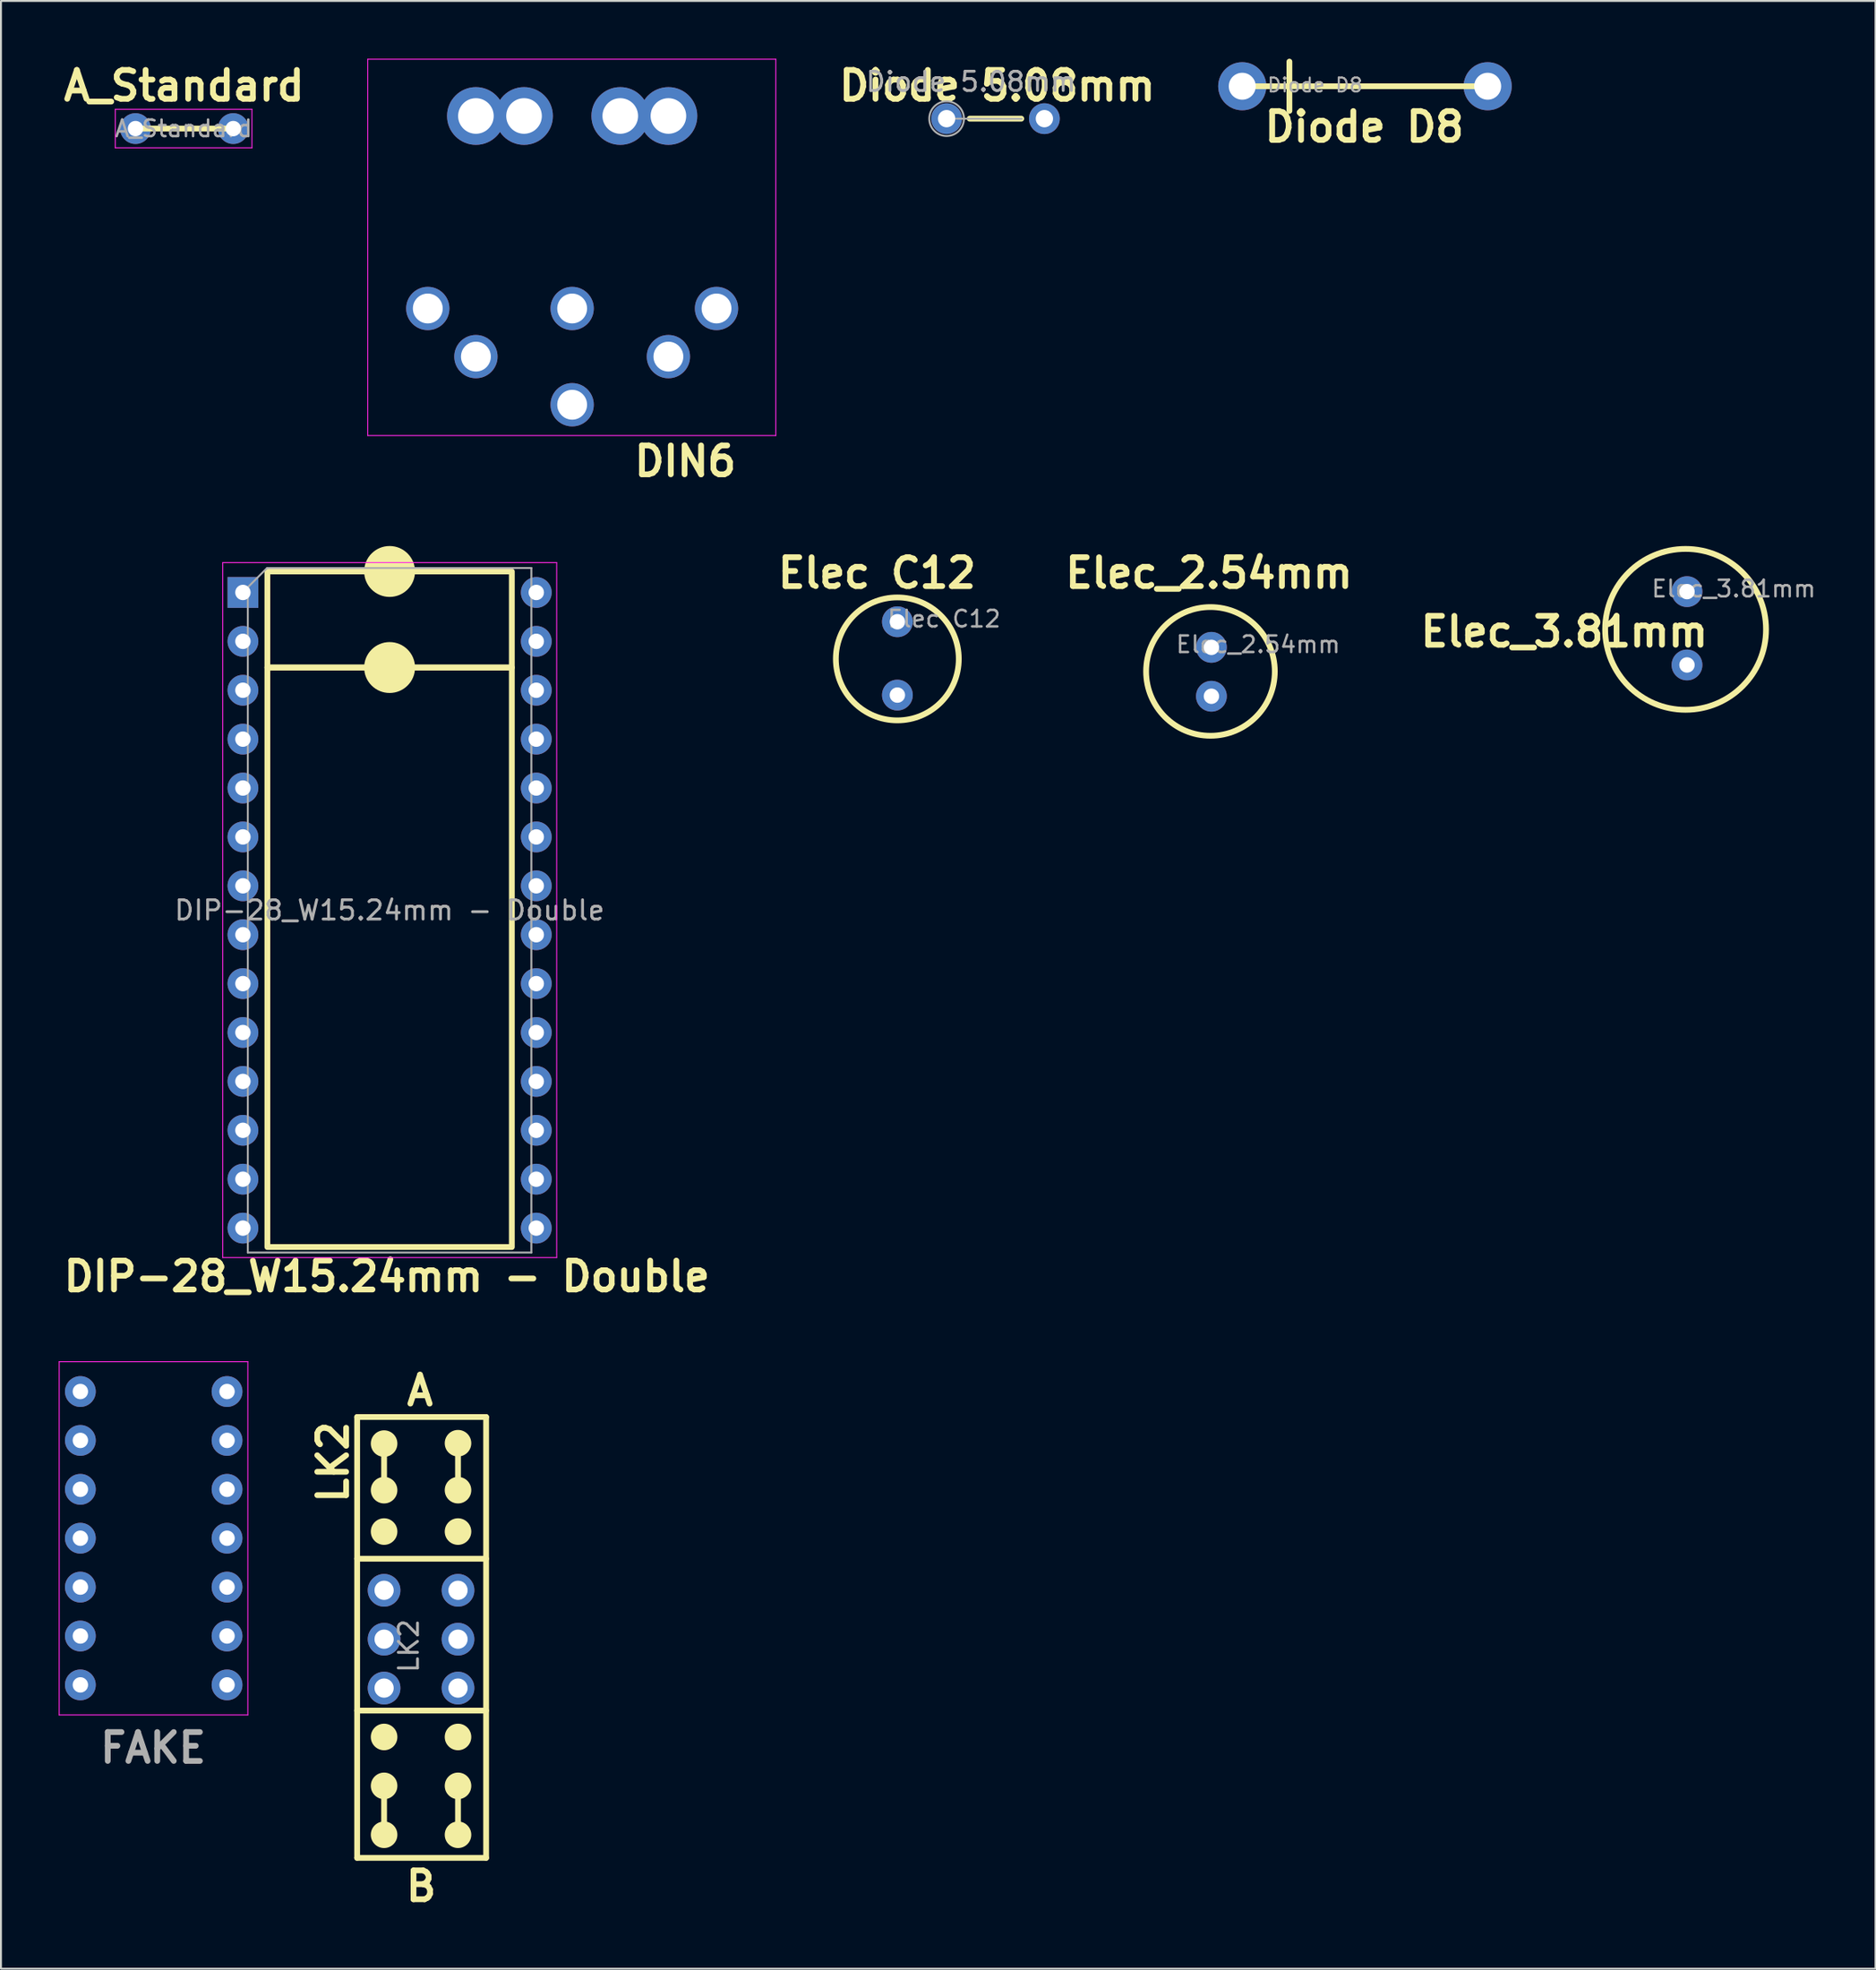
<source format=kicad_pcb>
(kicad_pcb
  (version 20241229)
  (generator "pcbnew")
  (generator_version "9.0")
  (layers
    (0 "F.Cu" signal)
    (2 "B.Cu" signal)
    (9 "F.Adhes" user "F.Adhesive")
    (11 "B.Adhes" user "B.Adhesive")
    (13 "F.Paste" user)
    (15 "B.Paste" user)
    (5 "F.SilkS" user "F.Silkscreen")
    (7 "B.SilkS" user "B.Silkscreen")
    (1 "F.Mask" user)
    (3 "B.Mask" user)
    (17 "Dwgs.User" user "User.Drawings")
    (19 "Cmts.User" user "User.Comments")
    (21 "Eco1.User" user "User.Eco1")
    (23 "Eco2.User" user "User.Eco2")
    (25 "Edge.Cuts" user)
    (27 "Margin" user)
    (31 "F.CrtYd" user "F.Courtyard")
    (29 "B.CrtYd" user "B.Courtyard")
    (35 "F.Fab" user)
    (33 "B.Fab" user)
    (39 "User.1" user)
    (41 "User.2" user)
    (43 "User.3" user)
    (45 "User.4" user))
  (footprint "Elec_3.81mm"
    (layer "F.Cu")
    (at 84.598 27.693)
    (property "Reference" "Elec_3.81mm" (at -6.38 2.07 0) (layer "F.SilkS") (effects (font (size 1.5 1.5) (thickness 0.3) (bold yes))))
    (attr through_hole)
    (fp_circle (center -0.08 1.95) (end 2.875 4.905) (stroke (width 0.3) (type default)) (fill no) (layer "F.SilkS"))
    (fp_text user "${REFERENCE}" (at 2.42 -0.16 0) (layer "F.Fab") (effects (font (size 0.86 0.86) (thickness 0.129))))
    (pad "1" thru_hole circle (at -0.007 -0.01) (size 1.6 1.6) (drill 0.8) (layers "*.Cu" "*.Mask"))
    (pad "2" thru_hole circle (at -0.007 3.8) (size 1.6 1.6) (drill 0.8) (layers "*.Cu" "*.Mask")))
  (footprint "DIP-28_W15.24mm - Double"
    (layer "F.Cu")
    (at 9.54 27.686)
    (property "Reference" "DIP-28_W15.24mm - Double" (at 7.51 35.57 0) (layer "F.SilkS") (effects (font (size 1.5 1.5) (thickness 0.3) (bold yes))))
    (attr through_hole)
    (fp_rect (start 1.3 -1.05) (end 14 3.94) (stroke (width 0.3) (type default)) (fill no) (layer "F.SilkS"))
    (fp_rect (start 1.3 3.94) (end 14 34.043) (stroke (width 0.3) (type default)) (fill no) (layer "F.SilkS"))
    (fp_circle (center 7.65 -1.05) (end 8.822 -1.05) (stroke (width 0.3) (type solid)) (fill yes) (layer "F.SilkS"))
    (fp_circle (center 7.65 3.94) (end 8.822 3.94) (stroke (width 0.3) (type solid)) (fill yes) (layer "F.SilkS"))
    (fp_line (start -1.02 -1.51) (end -1.02 34.59) (stroke (width 0.05) (type solid)) (layer "F.CrtYd"))
    (fp_line (start -1.02 34.59) (end 16.33 34.59) (stroke (width 0.05) (type solid)) (layer "F.CrtYd"))
    (fp_line (start 16.33 -1.51) (end -1.02 -1.51) (stroke (width 0.05) (type solid)) (layer "F.CrtYd"))
    (fp_line (start 16.33 34.59) (end 16.33 -1.51) (stroke (width 0.05) (type solid)) (layer "F.CrtYd"))
    (fp_line (start 0.285 -0.23) (end 1.285 -1.23) (stroke (width 0.1) (type solid)) (layer "F.Fab"))
    (fp_line (start 0.285 34.33) (end 0.285 -0.23) (stroke (width 0.1) (type solid)) (layer "F.Fab"))
    (fp_line (start 1.285 -1.23) (end 15.015 -1.23) (stroke (width 0.1) (type solid)) (layer "F.Fab"))
    (fp_line (start 15.015 -1.23) (end 15.015 34.33) (stroke (width 0.1) (type solid)) (layer "F.Fab"))
    (fp_line (start 15.015 34.33) (end 0.285 34.33) (stroke (width 0.1) (type solid)) (layer "F.Fab"))
    (fp_text user "${REFERENCE}" (at 7.65 16.55 0) (layer "F.Fab") (effects (font (size 1 1) (thickness 0.15))))
    (pad "1" thru_hole rect (at 0.03 0.04) (size 1.6 1.6) (drill 0.8) (layers "*.Cu" "*.Mask"))
    (pad "2" thru_hole oval (at 0.03 2.58) (size 1.6 1.6) (drill 0.8) (layers "*.Cu" "*.Mask"))
    (pad "3" thru_hole oval (at 0.03 5.12) (size 1.6 1.6) (drill 0.8) (layers "*.Cu" "*.Mask"))
    (pad "4" thru_hole oval (at 0.03 7.66) (size 1.6 1.6) (drill 0.8) (layers "*.Cu" "*.Mask"))
    (pad "5" thru_hole oval (at 0.03 10.2) (size 1.6 1.6) (drill 0.8) (layers "*.Cu" "*.Mask"))
    (pad "6" thru_hole oval (at 0.03 12.74) (size 1.6 1.6) (drill 0.8) (layers "*.Cu" "*.Mask"))
    (pad "7" thru_hole oval (at 0.03 15.28) (size 1.6 1.6) (drill 0.8) (layers "*.Cu" "*.Mask"))
    (pad "8" thru_hole oval (at 0.03 17.82) (size 1.6 1.6) (drill 0.8) (layers "*.Cu" "*.Mask"))
    (pad "9" thru_hole oval (at 0.03 20.36) (size 1.6 1.6) (drill 0.8) (layers "*.Cu" "*.Mask"))
    (pad "10" thru_hole oval (at 0.03 22.9) (size 1.6 1.6) (drill 0.8) (layers "*.Cu" "*.Mask"))
    (pad "11" thru_hole oval (at 0.03 25.44) (size 1.6 1.6) (drill 0.8) (layers "*.Cu" "*.Mask"))
    (pad "12" thru_hole oval (at 0.03 27.98) (size 1.6 1.6) (drill 0.8) (layers "*.Cu" "*.Mask"))
    (pad "13" thru_hole oval (at 0.03 30.52) (size 1.6 1.6) (drill 0.8) (layers "*.Cu" "*.Mask"))
    (pad "14" thru_hole oval (at 0.03 33.06) (size 1.6 1.6) (drill 0.8) (layers "*.Cu" "*.Mask"))
    (pad "15" thru_hole oval (at 15.27 33.06) (size 1.6 1.6) (drill 0.8) (layers "*.Cu" "*.Mask"))
    (pad "16" thru_hole oval (at 15.27 30.52) (size 1.6 1.6) (drill 0.8) (layers "*.Cu" "*.Mask"))
    (pad "17" thru_hole oval (at 15.27 27.98) (size 1.6 1.6) (drill 0.8) (layers "*.Cu" "*.Mask"))
    (pad "18" thru_hole oval (at 15.27 25.44) (size 1.6 1.6) (drill 0.8) (layers "*.Cu" "*.Mask"))
    (pad "19" thru_hole oval (at 15.27 22.9) (size 1.6 1.6) (drill 0.8) (layers "*.Cu" "*.Mask"))
    (pad "20" thru_hole oval (at 15.27 20.36) (size 1.6 1.6) (drill 0.8) (layers "*.Cu" "*.Mask"))
    (pad "21" thru_hole oval (at 15.27 17.82) (size 1.6 1.6) (drill 0.8) (layers "*.Cu" "*.Mask"))
    (pad "22" thru_hole oval (at 15.27 15.28) (size 1.6 1.6) (drill 0.8) (layers "*.Cu" "*.Mask"))
    (pad "23" thru_hole oval (at 15.27 12.74) (size 1.6 1.6) (drill 0.8) (layers "*.Cu" "*.Mask"))
    (pad "24" thru_hole oval (at 15.27 10.2) (size 1.6 1.6) (drill 0.8) (layers "*.Cu" "*.Mask"))
    (pad "25" thru_hole oval (at 15.27 7.66) (size 1.6 1.6) (drill 0.8) (layers "*.Cu" "*.Mask"))
    (pad "26" thru_hole oval (at 15.27 5.12) (size 1.6 1.6) (drill 0.8) (layers "*.Cu" "*.Mask"))
    (pad "27" thru_hole oval (at 15.27 2.58) (size 1.6 1.6) (drill 0.8) (layers "*.Cu" "*.Mask"))
    (pad "28" thru_hole oval (at 15.27 0.04) (size 1.6 1.6) (drill 0.8) (layers "*.Cu" "*.Mask")))
  (footprint "DIN6"
    (layer "F.Cu")
    (at 19.174 12.975)
    (property "Reference" "DIN6" (at 16.18 7.935 180) (layer "F.SilkS") (effects (font (size 1.5 1.5) (thickness 0.3) (bold yes)) (justify right)))
    (attr through_hole)
    (fp_line (start -3.12 -12.95) (end -3.12 6.6) (stroke (width 0.05) (type solid)) (layer "F.CrtYd"))
    (fp_line (start -3.12 6.6) (end 18.08 6.6) (stroke (width 0.05) (type solid)) (layer "F.CrtYd"))
    (fp_line (start 18.08 -12.95) (end -3.12 -12.95) (stroke (width 0.05) (type solid)) (layer "F.CrtYd"))
    (fp_line (start 18.08 6.6) (end 18.08 -12.95) (stroke (width 0.05) (type solid)) (layer "F.CrtYd"))
    (pad "1" thru_hole circle (at 0 0 180) (size 2.25 2.25) (drill 1.55) (layers "*.Cu" "*.Mask"))
    (pad "2" thru_hole circle (at 2.5 2.5 180) (size 2.25 2.25) (drill 1.55) (layers "*.Cu" "*.Mask"))
    (pad "3" thru_hole circle (at 7.5 0 180) (size 2.25 2.25) (drill 1.55) (layers "*.Cu" "*.Mask"))
    (pad "4" thru_hole circle (at 12.5 2.5 180) (size 2.25 2.25) (drill 1.55) (layers "*.Cu" "*.Mask"))
    (pad "5" thru_hole circle (at 15 0 180) (size 2.25 2.25) (drill 1.55) (layers "*.Cu" "*.Mask"))
    (pad "6" thru_hole circle (at 7.5 5 180) (size 2.25 2.25) (drill 1.55) (layers "*.Cu" "*.Mask"))
    (pad "S" thru_hole circle (at 2.5 -10 180) (size 3 3) (drill 1.85) (layers "*.Cu" "*.Mask"))
    (pad "S" thru_hole circle (at 5 -10 180) (size 3 3) (drill 1.85) (layers "*.Cu" "*.Mask"))
    (pad "S" thru_hole circle (at 10 -10 180) (size 3 3) (drill 1.85) (layers "*.Cu" "*.Mask"))
    (pad "S" thru_hole circle (at 12.5 -10 180) (size 3 3) (drill 1.85) (layers "*.Cu" "*.Mask")))
  (footprint "FAKE"
    (layer "F.Cu")
    (at 1.115 69.235)
    (property "Reference" "FAKE" (at 3.79 18.51 0) (layer "F.Fab") (effects (font (size 1.5 1.5) (thickness 0.3) (bold yes))))
    (attr through_hole)
    (fp_line (start -1.09 -1.55) (end -1.09 16.8) (stroke (width 0.05) (type solid)) (layer "F.CrtYd"))
    (fp_line (start -1.09 16.8) (end 8.71 16.8) (stroke (width 0.05) (type solid)) (layer "F.CrtYd"))
    (fp_line (start 8.71 -1.55) (end -1.09 -1.55) (stroke (width 0.05) (type solid)) (layer "F.CrtYd"))
    (fp_line (start 8.71 16.8) (end 8.71 -1.55) (stroke (width 0.05) (type solid)) (layer "F.CrtYd"))
    (pad "1" thru_hole circle (at 0.01 0) (size 1.6 1.6) (drill 0.8) (layers "*.Cu" "*.Mask"))
    (pad "2" thru_hole oval (at 0.01 2.54) (size 1.6 1.6) (drill 0.8) (layers "*.Cu" "*.Mask"))
    (pad "3" thru_hole oval (at 0.01 5.08) (size 1.6 1.6) (drill 0.8) (layers "*.Cu" "*.Mask"))
    (pad "4" thru_hole oval (at 0.01 7.62) (size 1.6 1.6) (drill 0.8) (layers "*.Cu" "*.Mask"))
    (pad "5" thru_hole oval (at 0.01 10.16) (size 1.6 1.6) (drill 0.8) (layers "*.Cu" "*.Mask"))
    (pad "6" thru_hole oval (at 0.01 12.7) (size 1.6 1.6) (drill 0.8) (layers "*.Cu" "*.Mask"))
    (pad "7" thru_hole oval (at 0.01 15.24) (size 1.6 1.6) (drill 0.8) (layers "*.Cu" "*.Mask"))
    (pad "8" thru_hole oval (at 7.63 15.24) (size 1.6 1.6) (drill 0.8) (layers "*.Cu" "*.Mask"))
    (pad "9" thru_hole oval (at 7.63 12.7) (size 1.6 1.6) (drill 0.8) (layers "*.Cu" "*.Mask"))
    (pad "10" thru_hole oval (at 7.63 10.16) (size 1.6 1.6) (drill 0.8) (layers "*.Cu" "*.Mask"))
    (pad "11" thru_hole oval (at 7.63 7.62) (size 1.6 1.6) (drill 0.8) (layers "*.Cu" "*.Mask"))
    (pad "12" thru_hole oval (at 7.63 5.08) (size 1.6 1.6) (drill 0.8) (layers "*.Cu" "*.Mask"))
    (pad "13" thru_hole oval (at 7.63 2.54) (size 1.6 1.6) (drill 0.8) (layers "*.Cu" "*.Mask"))
    (pad "14" thru_hole oval (at 7.63 0) (size 1.6 1.6) (drill 0.8) (layers "*.Cu" "*.Mask")))
  (footprint "Diode 5.08mm"
    (layer "F.Cu")
    (at 46.127 3.114)
    (property "Reference" "Diode 5.08mm" (at 2.63 -1.71 0) (layer "F.SilkS") (effects (font (size 1.5 1.5) (thickness 0.3) (bold yes))))
    (attr through_hole)
    (fp_line (start 1.2 0) (end 3.88 0) (stroke (width 0.3) (type default)) (layer "F.SilkS"))
    (fp_line (start 0.3 0) (end 3.9 0.01) (stroke (width 0.1) (type solid)) (layer "F.Fab"))
    (fp_circle (center 0 0) (end 0.9 0) (stroke (width 0.1) (type solid)) (fill no) (layer "F.Fab"))
    (fp_text user "${REFERENCE}" (at 1.27 -1.92 0) (layer "F.Fab") (effects (font (size 1 1) (thickness 0.15))))
    (pad "1" thru_hole circle (at 0 0) (size 1.6 1.6) (drill 0.9) (layers "*.Cu" "*.Mask"))
    (pad "2" thru_hole oval (at 5.08 0) (size 1.6 1.6) (drill 0.9) (layers "*.Cu" "*.Mask")))
  (footprint "Elec_2.54mm"
    (layer "F.Cu")
    (at 59.811 30.428)
    (property "Reference" "Elec_2.54mm" (at -0.05 -3.71 0) (layer "F.SilkS") (effects (font (size 1.5 1.5) (thickness 0.3) (bold yes))))
    (attr through_hole)
    (fp_circle (center 0.023 1.4) (end 2.913 3.08) (stroke (width 0.3) (type default)) (fill no) (layer "F.SilkS"))
    (fp_text user "${REFERENCE}" (at 2.5 0 0) (layer "F.Fab") (effects (font (size 0.86 0.86) (thickness 0.129))))
    (pad "1" thru_hole circle (at 0.073 0.15) (size 1.6 1.6) (drill 0.8) (layers "*.Cu" "*.Mask"))
    (pad "2" thru_hole circle (at 0.073 2.69) (size 1.6 1.6) (drill 0.8) (layers "*.Cu" "*.Mask")))
  (footprint "Diode D8"
    (layer "F.Cu")
    (at 61.456 1.37)
    (property "Reference" "Diode D8" (at 6.37 2.17 180) (layer "F.SilkS") (effects (font (size 1.5 1.5) (thickness 0.3) (bold yes))))
    (attr through_hole)
    (fp_line (start 0.03 0.06) (end 12.78 0.06) (stroke (width 0.3) (type default)) (layer "F.SilkS"))
    (fp_line (start 2.48 0.06) (end 2.48 -1.22) (stroke (width 0.3) (type default)) (layer "F.SilkS"))
    (fp_line (start 2.48 1.34) (end 2.48 0.06) (stroke (width 0.3) (type default)) (layer "F.SilkS"))
    (fp_text user "${REFERENCE}" (at 3.81 0 180) (layer "F.Fab") (effects (font (size 0.72 0.72) (thickness 0.108))))
    (pad "1" thru_hole circle (at 0.03 0.06) (size 2.5 2.5) (drill 1.4) (layers "*.Cu" "*.Mask"))
    (pad "2" thru_hole circle (at 12.78 0.06) (size 2.5 2.5) (drill 1.4) (layers "*.Cu" "*.Mask")))
  (footprint "A_Standard"
    (layer "F.Cu")
    (at 3.989 3.629)
    (property "Reference" "A_Standard" (at 2.525 -2.225 0) (layer "F.SilkS") (effects (font (size 1.5 1.5) (thickness 0.3) (bold yes))))
    (attr through_hole)
    (fp_line (start 5.06 0) (end 0 0) (stroke (width 0.3) (type default)) (layer "F.SilkS"))
    (fp_line (start -1.05 -1) (end -1.05 1) (stroke (width 0.05) (type solid)) (layer "F.CrtYd"))
    (fp_line (start -1.05 1) (end 6.05 1) (stroke (width 0.05) (type solid)) (layer "F.CrtYd"))
    (fp_line (start 6.05 -1) (end -1.05 -1) (stroke (width 0.05) (type solid)) (layer "F.CrtYd"))
    (fp_line (start 6.05 1) (end 6.05 -1) (stroke (width 0.05) (type solid)) (layer "F.CrtYd"))
    (fp_text user "${REFERENCE}" (at 2.5 0 0) (layer "F.Fab") (effects (font (size 0.86 0.86) (thickness 0.129))))
    (pad "1" thru_hole circle (at 0 0) (size 1.6 1.6) (drill 0.8) (layers "*.Cu" "*.Mask"))
    (pad "2" thru_hole circle (at 5.08 0) (size 1.6 1.6) (drill 0.8) (layers "*.Cu" "*.Mask")))
  (footprint "LK2"
    (layer "F.Cu")
    (at 16.904 79.56)
    (property "Reference" "LK2" (at -2.65 -8.925 270) (layer "F.SilkS") (effects (font (size 1.5 1.5) (thickness 0.3) (bold yes)) (justify right)))
    (attr through_hole)
    (fp_line (start -1.4 -9) (end -1.4 13.9) (stroke (width 0.3) (type solid)) (layer "F.SilkS"))
    (fp_line (start -1.4 -9) (end 5.3 -9) (stroke (width 0.3) (type solid)) (layer "F.SilkS"))
    (fp_line (start -1.4 -1.64) (end 5.3 -1.64) (stroke (width 0.3) (type solid)) (layer "F.SilkS"))
    (fp_line (start -1.4 6.25) (end 5.3 6.25) (stroke (width 0.3) (type solid)) (layer "F.SilkS"))
    (fp_line (start -1.4 13.9) (end 5.3 13.9) (stroke (width 0.3) (type solid)) (layer "F.SilkS"))
    (fp_line (start 0 -7.67) (end 0 -5.13) (stroke (width 0.3) (type default)) (layer "F.SilkS"))
    (fp_line (start 0 10.155) (end 0 12.695) (stroke (width 0.3) (type default)) (layer "F.SilkS"))
    (fp_line (start 3.84 -7.72) (end 3.84 -5.18) (stroke (width 0.3) (type default)) (layer "F.SilkS"))
    (fp_line (start 3.84 10.16) (end 3.84 12.7) (stroke (width 0.3) (type default)) (layer "F.SilkS"))
    (fp_line (start 5.3 -9) (end 5.3 13.9) (stroke (width 0.3) (type solid)) (layer "F.SilkS"))
    (fp_circle (center 0 -7.62) (end 0.64 -7.62) (stroke (width 0.1) (type solid)) (fill yes) (layer "F.SilkS"))
    (fp_circle (center 0 -5.2) (end 0.64 -5.2) (stroke (width 0.1) (type solid)) (fill yes) (layer "F.SilkS"))
    (fp_circle (center 0 -3.05) (end 0.64 -3.05) (stroke (width 0.1) (type solid)) (fill yes) (layer "F.SilkS"))
    (fp_circle (center 0 7.62) (end 0.64 7.62) (stroke (width 0.1) (type solid)) (fill yes) (layer "F.SilkS"))
    (fp_circle (center 0 10.16) (end 0.64 10.16) (stroke (width 0.1) (type solid)) (fill yes) (layer "F.SilkS"))
    (fp_circle (center 0 12.7) (end 0.64 12.7) (stroke (width 0.1) (type solid)) (fill yes) (layer "F.SilkS"))
    (fp_circle (center 3.84 -7.64) (end 4.48 -7.64) (stroke (width 0.1) (type solid)) (fill yes) (layer "F.SilkS"))
    (fp_circle (center 3.84 -5.2) (end 4.48 -5.2) (stroke (width 0.1) (type solid)) (fill yes) (layer "F.SilkS"))
    (fp_circle (center 3.84 -3.05) (end 4.48 -3.05) (stroke (width 0.1) (type solid)) (fill yes) (layer "F.SilkS"))
    (fp_circle (center 3.84 7.62) (end 4.48 7.62) (stroke (width 0.1) (type solid)) (fill yes) (layer "F.SilkS"))
    (fp_circle (center 3.84 10.16) (end 4.48 10.16) (stroke (width 0.1) (type solid)) (fill yes) (layer "F.SilkS"))
    (fp_circle (center 3.84 12.7) (end 4.48 12.7) (stroke (width 0.1) (type solid)) (fill yes) (layer "F.SilkS"))
    (fp_text user "A" (at 1.025 -9.5 0) (unlocked yes) (layer "F.SilkS") (effects (font (size 1.5 1.5) (thickness 0.3) (bold yes)) (justify left bottom)))
    (fp_text user "B" (at 0.975 16.25 0) (unlocked yes) (layer "F.SilkS") (effects (font (size 1.5 1.5) (thickness 0.3) (bold yes)) (justify left bottom)))
    (fp_text user "${REFERENCE}" (at 1.28 2.89 90) (layer "F.Fab") (effects (font (size 1 1) (thickness 0.15))))
    (pad "1" thru_hole circle (at 0 0) (size 1.7 1.7) (drill 1) (layers "*.Cu" "*.Mask"))
    (pad "2" thru_hole oval (at 0 2.54) (size 1.7 1.7) (drill 1) (layers "*.Cu" "*.Mask"))
    (pad "3" thru_hole oval (at 0 5.08) (size 1.7 1.7) (drill 1) (layers "*.Cu" "*.Mask"))
    (pad "4" thru_hole oval (at 3.84 0) (size 1.7 1.7) (drill 1) (layers "*.Cu" "*.Mask"))
    (pad "5" thru_hole oval (at 3.84 2.54) (size 1.7 1.7) (drill 1) (layers "*.Cu" "*.Mask"))
    (pad "6" thru_hole oval (at 3.84 5.08) (size 1.7 1.7) (drill 1) (layers "*.Cu" "*.Mask")))
  (footprint "Elec C12"
    (layer "F.Cu")
    (at 43.557 29.178)
    (property "Reference" "Elec C12" (at -1.05 -2.46 0) (layer "F.SilkS") (effects (font (size 1.5 1.5) (thickness 0.3) (bold yes))))
    (attr through_hole)
    (fp_circle (center 0.01 2) (end 2.268 4.258) (stroke (width 0.3) (type default)) (fill no) (layer "F.SilkS"))
    (fp_text user "${REFERENCE}" (at 2.44 -0.08 0) (layer "F.Fab") (effects (font (size 0.86 0.86) (thickness 0.129))))
    (pad "1" thru_hole circle (at 0.013 0.07) (size 1.6 1.6) (drill 0.8) (layers "*.Cu" "*.Mask"))
    (pad "2" thru_hole circle (at 0.013 3.88) (size 1.6 1.6) (drill 0.8) (layers "*.Cu" "*.Mask")))
  (gr_rect
    (start -3 -3)
    (end 94.385 99.218)
    (stroke (width 0.1) (type default))
    (fill no)
    (layer "Edge.Cuts")))
</source>
